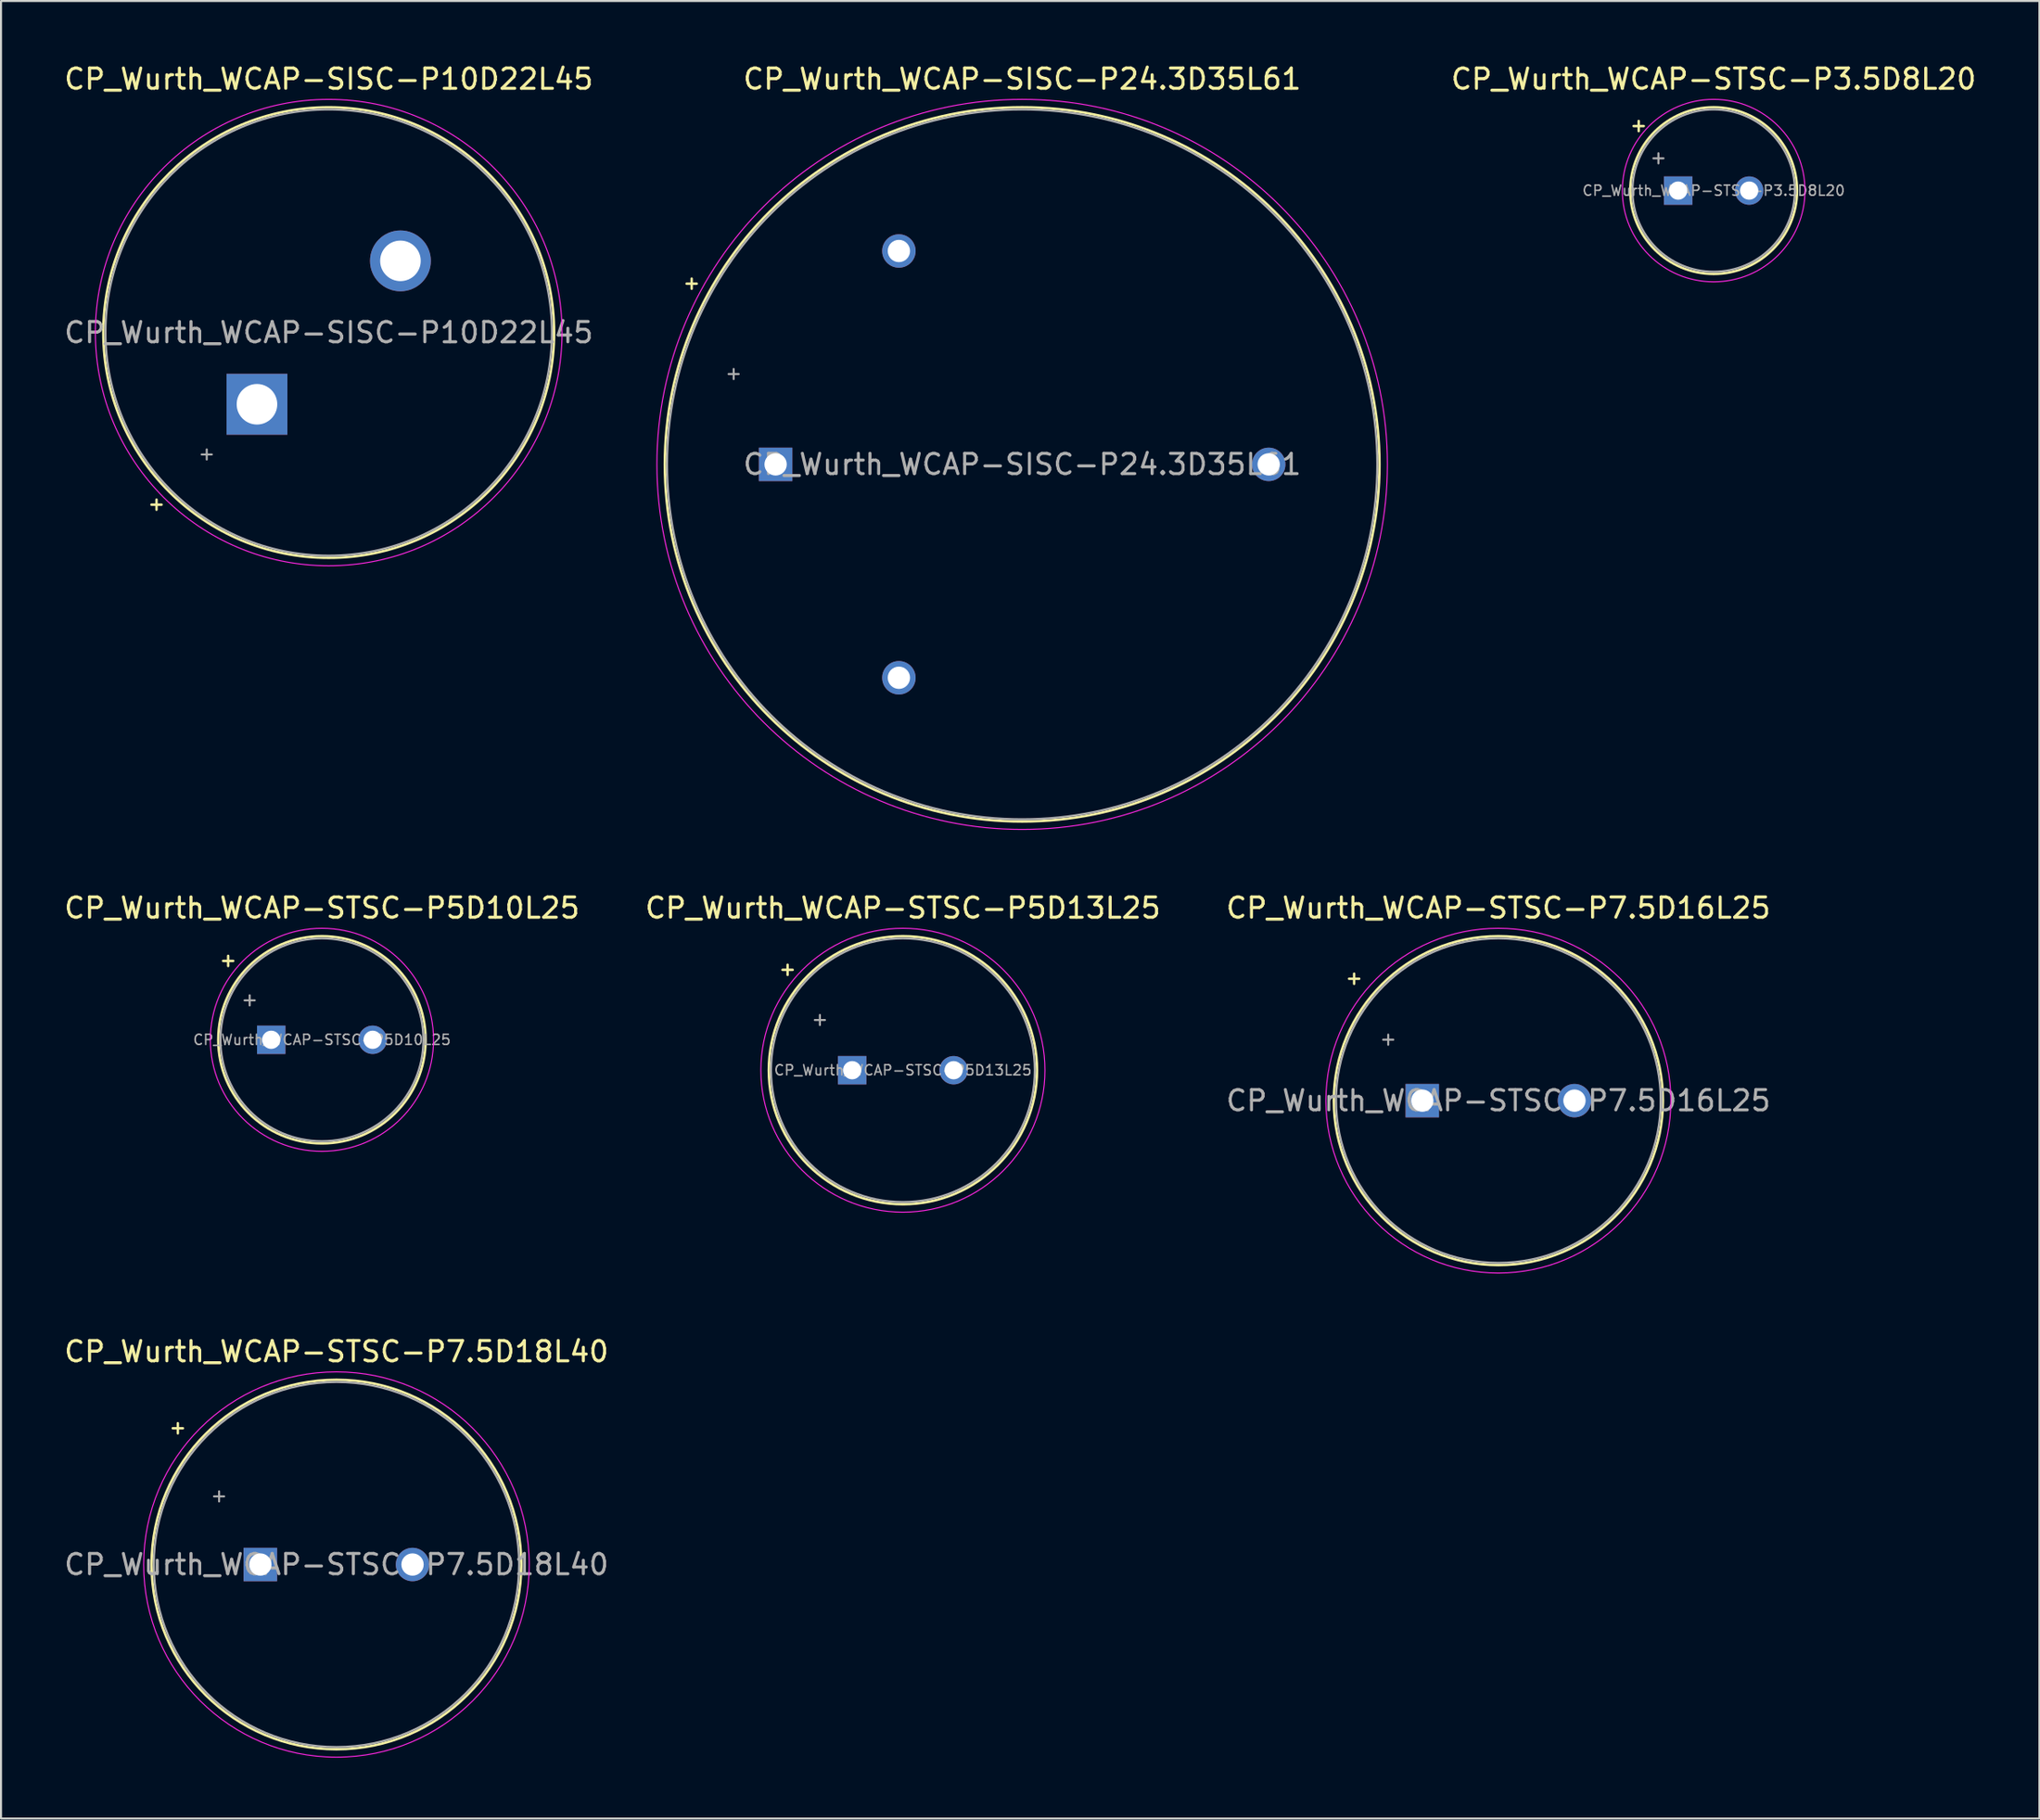
<source format=kicad_pcb>
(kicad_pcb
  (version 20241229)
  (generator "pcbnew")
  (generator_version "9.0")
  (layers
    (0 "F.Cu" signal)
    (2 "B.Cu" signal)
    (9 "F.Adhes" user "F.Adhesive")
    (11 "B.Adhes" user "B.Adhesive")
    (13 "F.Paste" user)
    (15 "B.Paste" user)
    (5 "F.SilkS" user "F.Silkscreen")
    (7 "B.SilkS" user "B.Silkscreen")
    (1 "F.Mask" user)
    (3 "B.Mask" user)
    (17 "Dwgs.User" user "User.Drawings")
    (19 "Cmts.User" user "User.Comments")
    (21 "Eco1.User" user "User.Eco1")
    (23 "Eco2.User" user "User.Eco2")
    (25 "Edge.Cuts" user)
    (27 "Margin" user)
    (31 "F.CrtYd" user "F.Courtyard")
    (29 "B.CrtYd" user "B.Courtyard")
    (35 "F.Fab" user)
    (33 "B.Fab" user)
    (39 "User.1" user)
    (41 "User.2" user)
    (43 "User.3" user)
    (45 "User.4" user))
  (footprint "CP_Wurth_WCAP-STSC-P7.5D18L40"
    (layer "F.Cu")
    (at 9.78 74.095)
    (property "Reference" "CP_Wurth_WCAP-STSC-P7.5D18L40" (at 3.75 -10.5 0) (unlocked yes) (layer "F.SilkS") (effects (font (size 1 1) (thickness 0.15))))
    (attr through_hole)
    (fp_line (start -4.316 -6.718) (end -3.816 -6.718) (stroke (width 0.12) (type solid)) (layer "F.SilkS"))
    (fp_line (start -4.066 -6.468) (end -4.066 -6.968) (stroke (width 0.12) (type solid)) (layer "F.SilkS"))
    (fp_circle (center 3.75 0) (end 12.86 0) (stroke (width 0.12) (type solid)) (fill no) (layer "F.SilkS"))
    (fp_circle (center 3.75 0) (end 13.25 0) (stroke (width 0.05) (type solid)) (fill no) (layer "F.CrtYd"))
    (fp_line (start -2.283 -3.359) (end -1.783 -3.359) (stroke (width 0.1) (type default)) (layer "F.Fab"))
    (fp_line (start -2.033 -3.109) (end -2.033 -3.609) (stroke (width 0.1) (type default)) (layer "F.Fab"))
    (fp_circle (center 3.75 0) (end 12.75 0) (stroke (width 0.1) (type solid)) (fill no) (layer "F.Fab"))
    (fp_text user "${REFERENCE}" (at 3.75 0 0) (unlocked yes) (layer "F.Fab") (effects (font (size 1 1) (thickness 0.15))))
    (pad "1" thru_hole rect (at 0 0) (size 1.65 1.65) (drill 1.1) (layers "*.Cu" "*.Mask"))
    (pad "2" thru_hole circle (at 7.5 0) (size 1.65 1.65) (drill 1.1) (layers "*.Cu" "*.Mask")))
  (footprint "CP_Wurth_WCAP-SISC-P24.3D35L61"
    (layer "F.Cu")
    (at 35.173 19.848)
    (property "Reference" "CP_Wurth_WCAP-SISC-P24.3D35L61" (at 12.15 -19 0) (unlocked yes) (layer "F.SilkS") (effects (font (size 1 1) (thickness 0.15))))
    (attr through_hole)
    (fp_line (start -4.387 -8.91) (end -3.887 -8.91) (stroke (width 0.12) (type solid)) (layer "F.SilkS"))
    (fp_line (start -4.137 -8.66) (end -4.137 -9.16) (stroke (width 0.12) (type solid)) (layer "F.SilkS"))
    (fp_circle (center 12.15 0) (end 29.76 0) (stroke (width 0.12) (type solid)) (fill no) (layer "F.SilkS"))
    (fp_circle (center 12.15 0) (end 30.15 0) (stroke (width 0.05) (type solid)) (fill no) (layer "F.CrtYd"))
    (fp_line (start -2.318 -4.455) (end -1.818 -4.455) (stroke (width 0.1) (type default)) (layer "F.Fab"))
    (fp_line (start -2.068 -4.205) (end -2.068 -4.705) (stroke (width 0.1) (type default)) (layer "F.Fab"))
    (fp_circle (center 12.15 0) (end 29.65 0) (stroke (width 0.1) (type solid)) (fill no) (layer "F.Fab"))
    (fp_text user "${REFERENCE}" (at 12.15 0 0) (unlocked yes) (layer "F.Fab") (effects (font (size 1 1) (thickness 0.15))))
    (pad "1" thru_hole rect (at 0 0) (size 1.65 1.65) (drill 1.1) (layers "*.Cu" "*.Mask"))
    (pad "1" thru_hole circle (at 6.075 -10.522) (size 1.65 1.65) (drill 1.1) (layers "*.Cu" "*.Mask"))
    (pad "1" thru_hole circle (at 6.075 10.522) (size 1.65 1.65) (drill 1.1) (layers "*.Cu" "*.Mask"))
    (pad "2" thru_hole circle (at 24.3 0) (size 1.65 1.65) (drill 1.1) (layers "*.Cu" "*.Mask")))
  (footprint "CP_Wurth_WCAP-STSC-P5D13L25"
    (layer "F.Cu")
    (at 38.946 49.721)
    (property "Reference" "CP_Wurth_WCAP-STSC-P5D13L25" (at 2.5 -8 0) (unlocked yes) (layer "F.SilkS") (effects (font (size 1 1) (thickness 0.15))))
    (attr through_hole)
    (fp_line (start -3.432 -4.95) (end -2.932 -4.95) (stroke (width 0.12) (type solid)) (layer "F.SilkS"))
    (fp_line (start -3.182 -4.7) (end -3.182 -5.2) (stroke (width 0.12) (type solid)) (layer "F.SilkS"))
    (fp_circle (center 2.5 0) (end 9.11 0) (stroke (width 0.12) (type solid)) (fill no) (layer "F.SilkS"))
    (fp_circle (center 2.5 0) (end 9.5 0) (stroke (width 0.05) (type solid)) (fill no) (layer "F.CrtYd"))
    (fp_line (start -1.841 -2.475) (end -1.341 -2.475) (stroke (width 0.1) (type default)) (layer "F.Fab"))
    (fp_line (start -1.591 -2.225) (end -1.591 -2.725) (stroke (width 0.1) (type default)) (layer "F.Fab"))
    (fp_circle (center 2.5 0) (end 9 0) (stroke (width 0.1) (type solid)) (fill no) (layer "F.Fab"))
    (fp_text user "${REFERENCE}" (at 2.5 0 0) (unlocked yes) (layer "F.Fab") (effects (font (size 0.5 0.5) (thickness 0.075))))
    (pad "1" thru_hole rect (at 0 0) (size 1.4 1.4) (drill 0.9) (layers "*.Cu" "*.Mask"))
    (pad "2" thru_hole circle (at 5 0) (size 1.4 1.4) (drill 0.9) (layers "*.Cu" "*.Mask")))
  (footprint "CP_Wurth_WCAP-STSC-P7.5D16L25"
    (layer "F.Cu")
    (at 67.042 51.221)
    (property "Reference" "CP_Wurth_WCAP-STSC-P7.5D16L25" (at 3.75 -9.5 0) (unlocked yes) (layer "F.SilkS") (effects (font (size 1 1) (thickness 0.15))))
    (attr through_hole)
    (fp_line (start -3.609 -6.01) (end -3.109 -6.01) (stroke (width 0.12) (type solid)) (layer "F.SilkS"))
    (fp_line (start -3.359 -5.76) (end -3.359 -6.26) (stroke (width 0.12) (type solid)) (layer "F.SilkS"))
    (fp_circle (center 3.75 0) (end 11.86 0) (stroke (width 0.12) (type solid)) (fill no) (layer "F.SilkS"))
    (fp_circle (center 3.75 0) (end 12.25 0) (stroke (width 0.05) (type solid)) (fill no) (layer "F.CrtYd"))
    (fp_line (start -1.929 -3.005) (end -1.429 -3.005) (stroke (width 0.1) (type default)) (layer "F.Fab"))
    (fp_line (start -1.679 -2.755) (end -1.679 -3.255) (stroke (width 0.1) (type default)) (layer "F.Fab"))
    (fp_circle (center 3.75 0) (end 11.75 0) (stroke (width 0.1) (type solid)) (fill no) (layer "F.Fab"))
    (fp_text user "${REFERENCE}" (at 3.75 0 0) (unlocked yes) (layer "F.Fab") (effects (font (size 1 1) (thickness 0.15))))
    (pad "1" thru_hole rect (at 0 0) (size 1.65 1.65) (drill 1.1) (layers "*.Cu" "*.Mask"))
    (pad "2" thru_hole circle (at 7.5 0) (size 1.65 1.65) (drill 1.1) (layers "*.Cu" "*.Mask")))
  (footprint "CP_Wurth_WCAP-SISC-P10D22L45"
    (layer "F.Cu")
    (at 9.613 16.884)
    (property "Reference" "CP_Wurth_WCAP-SISC-P10D22L45" (at 3.536 -16.036 0) (unlocked yes) (layer "F.SilkS") (effects (font (size 1 1) (thickness 0.15))))
    (attr through_hole)
    (fp_line (start -5.2 4.95) (end -4.7 4.95) (stroke (width 0.12) (type solid)) (layer "F.SilkS"))
    (fp_line (start -4.95 4.7) (end -4.95 5.2) (stroke (width 0.12) (type solid)) (layer "F.SilkS"))
    (fp_circle (center 3.536 -3.536) (end 11.391 -11.391) (stroke (width 0.12) (type solid)) (fill no) (layer "F.SilkS"))
    (fp_circle (center 3.536 -3.536) (end 11.667 -11.667) (stroke (width 0.05) (type solid)) (fill no) (layer "F.CrtYd"))
    (fp_line (start -2.725 2.475) (end -2.225 2.475) (stroke (width 0.1) (type default)) (layer "F.Fab"))
    (fp_line (start -2.475 2.225) (end -2.475 2.725) (stroke (width 0.1) (type default)) (layer "F.Fab"))
    (fp_circle (center 3.536 -3.536) (end 11.314 -11.314) (stroke (width 0.1) (type solid)) (fill no) (layer "F.Fab"))
    (fp_text user "${REFERENCE}" (at 3.536 -3.536 0) (unlocked yes) (layer "F.Fab") (effects (font (size 1 1) (thickness 0.15))))
    (pad "1" thru_hole rect (at 0 0) (size 3 3) (drill 2) (layers "*.Cu" "*.Mask"))
    (pad "2" thru_hole circle (at 7.071 -7.071) (size 3 3) (drill 2) (layers "*.Cu" "*.Mask")))
  (footprint "CP_Wurth_WCAP-STSC-P5D10L25"
    (layer "F.Cu")
    (at 10.315 48.221)
    (property "Reference" "CP_Wurth_WCAP-STSC-P5D10L25" (at 2.5 -6.5 0) (unlocked yes) (layer "F.SilkS") (effects (font (size 1 1) (thickness 0.15))))
    (attr through_hole)
    (fp_line (start -2.371 -3.889) (end -1.871 -3.889) (stroke (width 0.12) (type solid)) (layer "F.SilkS"))
    (fp_line (start -2.121 -3.639) (end -2.121 -4.139) (stroke (width 0.12) (type solid)) (layer "F.SilkS"))
    (fp_circle (center 2.5 0) (end 7.61 0) (stroke (width 0.12) (type solid)) (fill no) (layer "F.SilkS"))
    (fp_circle (center 2.5 0) (end 8 0) (stroke (width 0.05) (type solid)) (fill no) (layer "F.CrtYd"))
    (fp_line (start -1.311 -1.945) (end -0.811 -1.945) (stroke (width 0.1) (type default)) (layer "F.Fab"))
    (fp_line (start -1.061 -1.695) (end -1.061 -2.195) (stroke (width 0.1) (type default)) (layer "F.Fab"))
    (fp_circle (center 2.5 0) (end 7.5 0) (stroke (width 0.1) (type solid)) (fill no) (layer "F.Fab"))
    (fp_text user "${REFERENCE}" (at 2.5 0 0) (unlocked yes) (layer "F.Fab") (effects (font (size 0.5 0.5) (thickness 0.075))))
    (pad "1" thru_hole rect (at 0 0) (size 1.4 1.4) (drill 0.9) (layers "*.Cu" "*.Mask"))
    (pad "2" thru_hole circle (at 5 0) (size 1.4 1.4) (drill 0.9) (layers "*.Cu" "*.Mask")))
  (footprint "CP_Wurth_WCAP-STSC-P3.5D8L20"
    (layer "F.Cu")
    (at 79.651 6.348)
    (property "Reference" "CP_Wurth_WCAP-STSC-P3.5D8L20" (at 1.75 -5.5 0) (unlocked yes) (layer "F.SilkS") (effects (font (size 1 1) (thickness 0.15))))
    (attr through_hole)
    (fp_line (start -2.195 -3.182) (end -1.695 -3.182) (stroke (width 0.12) (type solid)) (layer "F.SilkS"))
    (fp_line (start -1.945 -2.932) (end -1.945 -3.432) (stroke (width 0.12) (type solid)) (layer "F.SilkS"))
    (fp_circle (center 1.75 0) (end 5.86 0) (stroke (width 0.12) (type solid)) (fill no) (layer "F.SilkS"))
    (fp_circle (center 1.75 0) (end 6.25 0) (stroke (width 0.05) (type solid)) (fill no) (layer "F.CrtYd"))
    (fp_line (start -1.222 -1.591) (end -0.722 -1.591) (stroke (width 0.1) (type default)) (layer "F.Fab"))
    (fp_line (start -0.972 -1.341) (end -0.972 -1.841) (stroke (width 0.1) (type default)) (layer "F.Fab"))
    (fp_circle (center 1.75 0) (end 5.75 0) (stroke (width 0.1) (type solid)) (fill no) (layer "F.Fab"))
    (fp_text user "${REFERENCE}" (at 1.75 0 0) (unlocked yes) (layer "F.Fab") (effects (font (size 0.5 0.5) (thickness 0.075))))
    (pad "1" thru_hole rect (at 0 0) (size 1.4 1.4) (drill 0.9) (layers "*.Cu" "*.Mask"))
    (pad "2" thru_hole circle (at 3.5 0) (size 1.4 1.4) (drill 0.9) (layers "*.Cu" "*.Mask")))
  (gr_rect
    (start -3 -3)
    (end 97.455 86.62)
    (stroke (width 0.1) (type default))
    (fill no)
    (layer "Edge.Cuts")))
</source>
